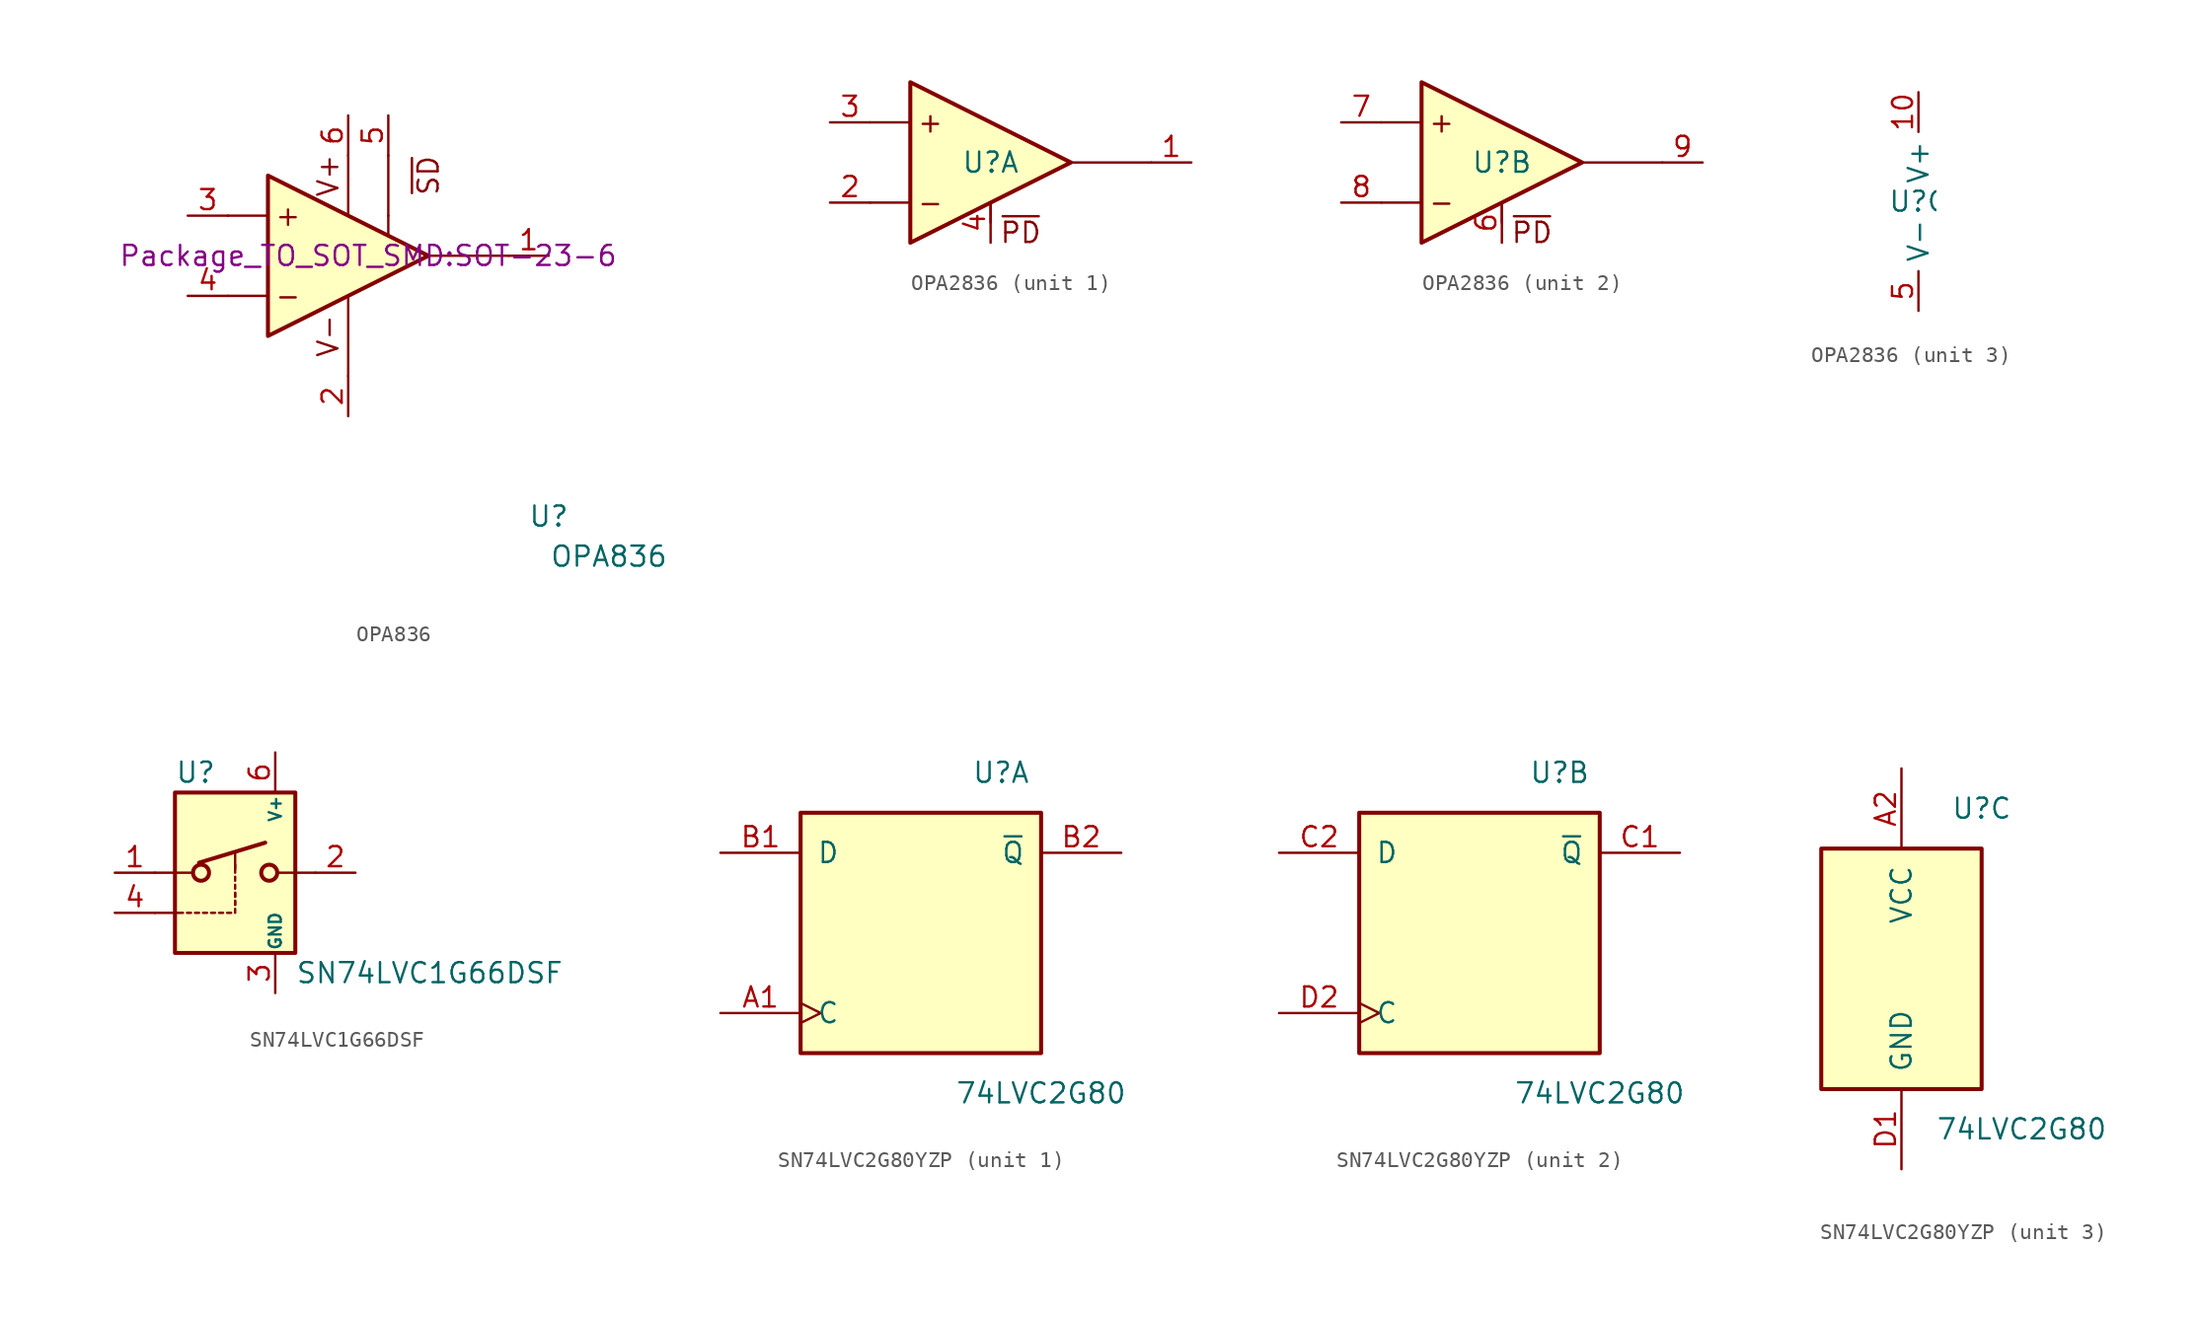
<source format=kicad_sym>
(kicad_symbol_lib
  (version 20220914)
  (generator kicad_symbol_editor)
  (symbol "OPA836"
    (pin_names
      (offset 1.016))
    (property "Reference" "U"
      (at 11.43 -16.51 0)
      (effects (font (size 1.27 1.27))))
    (property "Value" "OPA836"
      (at 15.24 -19.05 0)
      (effects (font (size 1.27 1.27))))
    (property "Footprint" "Package_TO_SOT_SMD:SOT-23-6"
      (at 0 0 0)
      (effects (font (size 1.27 1.27))))
    (symbol "OPA836_0_0"
      (polyline (pts (xy -8.89 -2.54) (xy -6.35 -2.54)) (stroke (width 0) (type solid)) (fill (type none)))
      (polyline (pts (xy -8.89 2.54) (xy -6.35 2.54)) (stroke (width 0) (type solid)) (fill (type none)))
      (polyline (pts (xy -1.27 -7.62) (xy -1.27 -2.54)) (stroke (width 0) (type solid)) (fill (type none)))
      (polyline (pts (xy -1.27 6.35) (xy -1.27 2.54)) (stroke (width 0) (type solid)) (fill (type none)))
      (polyline (pts (xy 1.27 2.54) (xy 1.27 1.27)) (stroke (width 0) (type solid)) (fill (type none)))
      (polyline (pts (xy 1.27 6.35) (xy 1.27 2.54)) (stroke (width 0) (type solid)) (fill (type none)))
      (polyline (pts (xy 3.81 0) (xy 8.89 0)) (stroke (width 0) (type solid)) (fill (type none)))
      (text "+" (at -5.08 2.54 0) (effects (font (size 1.27 1.27))))
      (text "-" (at -5.08 -2.54 0) (effects (font (size 1.27 1.27))))
      (text "V+" (at -2.54 5.08 900) (effects (font (size 1.27 1.27))))
      (text "V-" (at -2.54 -5.08 900) (effects (font (size 1.27 1.27))))
      (text "~{SD}" (at 3.81 5.08 900) (effects (font (size 1.27 1.27)))))
    (symbol "OPA836_1_1"
      (polyline (pts (xy -6.35 5.08) (xy 3.81 0) (xy -6.35 -5.08) (xy -6.35 5.08)) (stroke (width 0.254) (type solid)) (fill (type background)))
      (pin output line (at 11.43 0 180) (length 2.54) (name "~" (effects (font (size 1.27 1.27)))) (number "1" (effects (font (size 1.27 1.27)))))
      (pin power_in line (at -1.27 -10.16 90) (length 2.54) (name "V-" (effects (font (size 0 0)))) (number "2" (effects (font (size 1.27 1.27)))))
      (pin input line (at -11.43 2.54 0) (length 2.54) (name "+" (effects (font (size 0 0)))) (number "3" (effects (font (size 1.27 1.27)))))
      (pin input line (at -11.43 -2.54 0) (length 2.54) (name "-" (effects (font (size 0 0)))) (number "4" (effects (font (size 1.27 1.27)))))
      (pin input line (at 1.27 8.89 270) (length 2.54) (name "~{PD}" (effects (font (size 0 0)))) (number "5" (effects (font (size 1.27 1.27)))))
      (pin power_in line (at -1.27 8.89 270) (length 2.54) (name "V+" (effects (font (size 0 0)))) (number "6" (effects (font (size 1.27 1.27)))))))
  (symbol "OPA2836"
    (property "Reference" "U"
      (at 0 0 0)
      (effects (font (size 1.27 1.27))))
    (property "Value" ""
      (at 0 0 0)
      (effects (font (size 1.27 1.27))))
    (property "ki_locked" ""
      (at 0 0 0)
      (effects (font (size 1.27 1.27))))
    (symbol "OPA2836_1_1"
      (polyline (pts (xy -7.62 -2.54) (xy -5.08 -2.54)) (stroke (width 0) (type default)) (fill (type none)))
      (polyline (pts (xy -7.62 2.54) (xy -5.08 2.54)) (stroke (width 0) (type default)) (fill (type none)))
      (polyline (pts (xy 0 -3.81) (xy 0 -2.54)) (stroke (width 0) (type default)) (fill (type none)))
      (polyline (pts (xy 10.16 0) (xy 5.08 0)) (stroke (width 0) (type default)) (fill (type none)))
      (polyline (pts (xy -5.08 5.08) (xy 5.08 0) (xy -5.08 -5.08) (xy -5.08 5.08)) (stroke (width 0.254) (type solid)) (fill (type background)))
      (text "+" (at -3.81 2.54 0) (effects (font (size 1.27 1.27))))
      (text "-" (at -3.81 -2.54 0) (effects (font (size 1.27 1.27))))
      (text "~{PD}" (at 1.905 -4.445 0) (effects (font (size 1.27 1.27))))
      (pin output line (at 12.7 0 180) (length 2.54) (name "~" (effects (font (size 1.27 1.27)))) (number "1" (effects (font (size 1.27 1.27)))))
      (pin input line (at -10.16 -2.54 0) (length 2.54) (name "-" (effects (font (size 0 0)))) (number "2" (effects (font (size 1.27 1.27)))))
      (pin input line (at -10.16 2.54 0) (length 2.54) (name "+" (effects (font (size 0 0)))) (number "3" (effects (font (size 1.27 1.27)))))
      (pin input line (at 0 -5.08 90) (length 2.54) (name "~{PD}" (effects (font (size 0 0)))) (number "4" (effects (font (size 1.27 1.27))))))
    (symbol "OPA2836_2_1"
      (polyline (pts (xy -7.62 -2.54) (xy -5.08 -2.54)) (stroke (width 0) (type default)) (fill (type none)))
      (polyline (pts (xy -7.62 2.54) (xy -5.08 2.54)) (stroke (width 0) (type default)) (fill (type none)))
      (polyline (pts (xy 0 -3.81) (xy 0 -2.54)) (stroke (width 0) (type default)) (fill (type none)))
      (polyline (pts (xy 10.16 0) (xy 5.08 0)) (stroke (width 0) (type default)) (fill (type none)))
      (polyline (pts (xy -5.08 5.08) (xy 5.08 0) (xy -5.08 -5.08) (xy -5.08 5.08)) (stroke (width 0.254) (type solid)) (fill (type background)))
      (text "+" (at -3.81 2.54 0) (effects (font (size 1.27 1.27))))
      (text "_" (at -3.81 -1.905 0) (effects (font (size 1.27 1.27))))
      (text "~{PD}" (at 1.905 -4.445 0) (effects (font (size 1.27 1.27))))
      (pin input line (at 0 -5.08 90) (length 2.54) (name "~{PD}" (effects (font (size 0 0)))) (number "6" (effects (font (size 1.27 1.27)))))
      (pin input line (at -10.16 2.54 0) (length 2.54) (name "+" (effects (font (size 0 0)))) (number "7" (effects (font (size 1.27 1.27)))))
      (pin input line (at -10.16 -2.54 0) (length 2.54) (name "-" (effects (font (size 0 0)))) (number "8" (effects (font (size 1.27 1.27)))))
      (pin output line (at 12.7 0 180) (length 2.54) (name "~" (effects (font (size 1.27 1.27)))) (number "9" (effects (font (size 1.27 1.27))))))
    (symbol "OPA2836_3_1"
      (pin power_in line (at 0 6.985 270) (length 2.54) (name "V+" (effects (font (size 1.27 1.27)))) (number "10" (effects (font (size 1.27 1.27)))))
      (pin power_in line (at 0 -6.985 90) (length 2.54) (name "V-" (effects (font (size 1.27 1.27)))) (number "5" (effects (font (size 1.27 1.27)))))))
  (symbol "SN74LVC1G66DSF"
    (pin_names
      (offset 0.127))
    (property "Reference" "U"
      (at -3.81 6.35 0)
      (effects (font (size 1.27 1.27)) (justify left)))
    (property "Value" "SN74LVC1G66DSF"
      (at 3.81 -6.35 0)
      (effects (font (size 1.27 1.27)) (justify left)))
    (symbol "SN74LVC1G66DSF_0_1"
      (polyline (pts (xy -5.08 -2.54) (xy -3.302 -2.54)) (stroke (width 0) (type solid)) (fill (type none)))
      (polyline (pts (xy -3.048 -2.54) (xy -2.794 -2.54)) (stroke (width 0) (type solid)) (fill (type none)))
      (polyline (pts (xy -2.54 -2.54) (xy -2.286 -2.54)) (stroke (width 0) (type solid)) (fill (type none)))
      (polyline (pts (xy -2.032 -2.54) (xy -1.778 -2.54)) (stroke (width 0) (type solid)) (fill (type none)))
      (polyline (pts (xy -1.524 -2.54) (xy -1.27 -2.54)) (stroke (width 0) (type solid)) (fill (type none)))
      (polyline (pts (xy -1.016 -2.54) (xy -0.762 -2.54)) (stroke (width 0) (type solid)) (fill (type none)))
      (polyline (pts (xy -0.508 -2.54) (xy -0.254 -2.54)) (stroke (width 0) (type solid)) (fill (type none)))
      (polyline (pts (xy 0 -2.032) (xy 0 -1.778)) (stroke (width 0) (type solid)) (fill (type none)))
      (polyline (pts (xy 0 -1.524) (xy 0 -1.27)) (stroke (width 0) (type solid)) (fill (type none))))
    (symbol "SN74LVC1G66DSF_1_1"
      (rectangle (start -3.81 5.08) (end 3.81 -5.08) (stroke (width 0.254) (type solid)) (fill (type background)))
      (circle (center -2.159 0) (radius 0.508) (stroke (width 0.254) (type solid)) (fill (type none)))
      (polyline (pts (xy -5.08 0) (xy -2.794 0)) (stroke (width 0) (type solid)) (fill (type none)))
      (polyline (pts (xy -2.286 0.635) (xy 1.905 1.905)) (stroke (width 0.254) (type solid)) (fill (type none)))
      (polyline (pts (xy 0 -2.54) (xy 0 -2.286)) (stroke (width 0) (type solid)) (fill (type none)))
      (polyline (pts (xy 0 -2.032) (xy 0 -1.778)) (stroke (width 0) (type solid)) (fill (type none)))
      (polyline (pts (xy 0 -1.524) (xy 0 -1.27)) (stroke (width 0) (type solid)) (fill (type none)))
      (polyline (pts (xy 0 -1.016) (xy 0 -0.762)) (stroke (width 0) (type solid)) (fill (type none)))
      (polyline (pts (xy 0 -0.508) (xy 0 -0.254)) (stroke (width 0) (type solid)) (fill (type none)))
      (polyline (pts (xy 0 0) (xy 0 0.508)) (stroke (width 0) (type solid)) (fill (type none)))
      (polyline (pts (xy 0 0.254) (xy 0 1.27)) (stroke (width 0) (type solid)) (fill (type none)))
      (polyline (pts (xy 5.08 0) (xy 2.794 0)) (stroke (width 0) (type solid)) (fill (type none)))
      (circle (center 2.159 0) (radius 0.508) (stroke (width 0.254) (type solid)) (fill (type none)))
      (pin passive line (at -7.62 0 0) (length 2.54) (name "~" (effects (font (size 1.27 1.27)))) (number "1" (effects (font (size 1.27 1.27)))))
      (pin passive line (at 7.62 0 180) (length 2.54) (name "~" (effects (font (size 1.27 1.27)))) (number "2" (effects (font (size 1.27 1.27)))))
      (pin power_in line (at 2.54 -7.62 90) (length 2.54) (name "GND" (effects (font (size 0.762 0.762)))) (number "3" (effects (font (size 1.27 1.27)))))
      (pin input line (at -7.62 -2.54 0) (length 2.54) (name "~" (effects (font (size 1.27 1.27)))) (number "4" (effects (font (size 1.27 1.27)))))
      (pin power_in line (at 2.54 7.62 270) (length 2.54) (name "V+" (effects (font (size 0.762 0.762)))) (number "6" (effects (font (size 1.27 1.27)))))))
  (symbol "SN74LVC2G80YZP"
    (pin_names
      (offset 1.016))
    (property "Reference" "U"
      (at 5.08 10.16 0)
      (effects (font (size 1.27 1.27))))
    (property "Value" "74LVC2G80"
      (at 7.62 -10.16 0)
      (effects (font (size 1.27 1.27))))
    (symbol "SN74LVC2G80YZP_1_1"
      (rectangle (start -7.62 7.62) (end 7.62 -7.62) (stroke (width 0.254) (type default)) (fill (type background)))
      (pin input clock (at -12.7 -5.08 0) (length 5.08) (name "C" (effects (font (size 1.27 1.27)))) (number "A1" (effects (font (size 1.27 1.27)))))
      (pin input line (at -12.7 5.08 0) (length 5.08) (name "D" (effects (font (size 1.27 1.27)))) (number "B1" (effects (font (size 1.27 1.27)))))
      (pin output line (at 12.7 5.08 180) (length 5.08) (name "~{Q}" (effects (font (size 1.27 1.27)))) (number "B2" (effects (font (size 1.27 1.27))))))
    (symbol "SN74LVC2G80YZP_2_1"
      (rectangle (start -7.62 7.62) (end 7.62 -7.62) (stroke (width 0.254) (type default)) (fill (type background)))
      (pin output line (at 12.7 5.08 180) (length 5.08) (name "~{Q}" (effects (font (size 1.27 1.27)))) (number "C1" (effects (font (size 1.27 1.27)))))
      (pin input line (at -12.7 5.08 0) (length 5.08) (name "D" (effects (font (size 1.27 1.27)))) (number "C2" (effects (font (size 1.27 1.27)))))
      (pin input clock (at -12.7 -5.08 0) (length 5.08) (name "C" (effects (font (size 1.27 1.27)))) (number "D2" (effects (font (size 1.27 1.27))))))
    (symbol "SN74LVC2G80YZP_3_0"
      (rectangle (start -5.08 -7.62) (end 5.08 7.62) (stroke (width 0.254) (type default)) (fill (type background))))
    (symbol "SN74LVC2G80YZP_3_1"
      (pin power_in line (at 0 12.7 270) (length 5.08) (name "VCC" (effects (font (size 1.27 1.27)))) (number "A2" (effects (font (size 1.27 1.27)))))
      (pin power_in line (at 0 -12.7 90) (length 5.08) (name "GND" (effects (font (size 1.27 1.27)))) (number "D1" (effects (font (size 1.27 1.27))))))))
</source>
